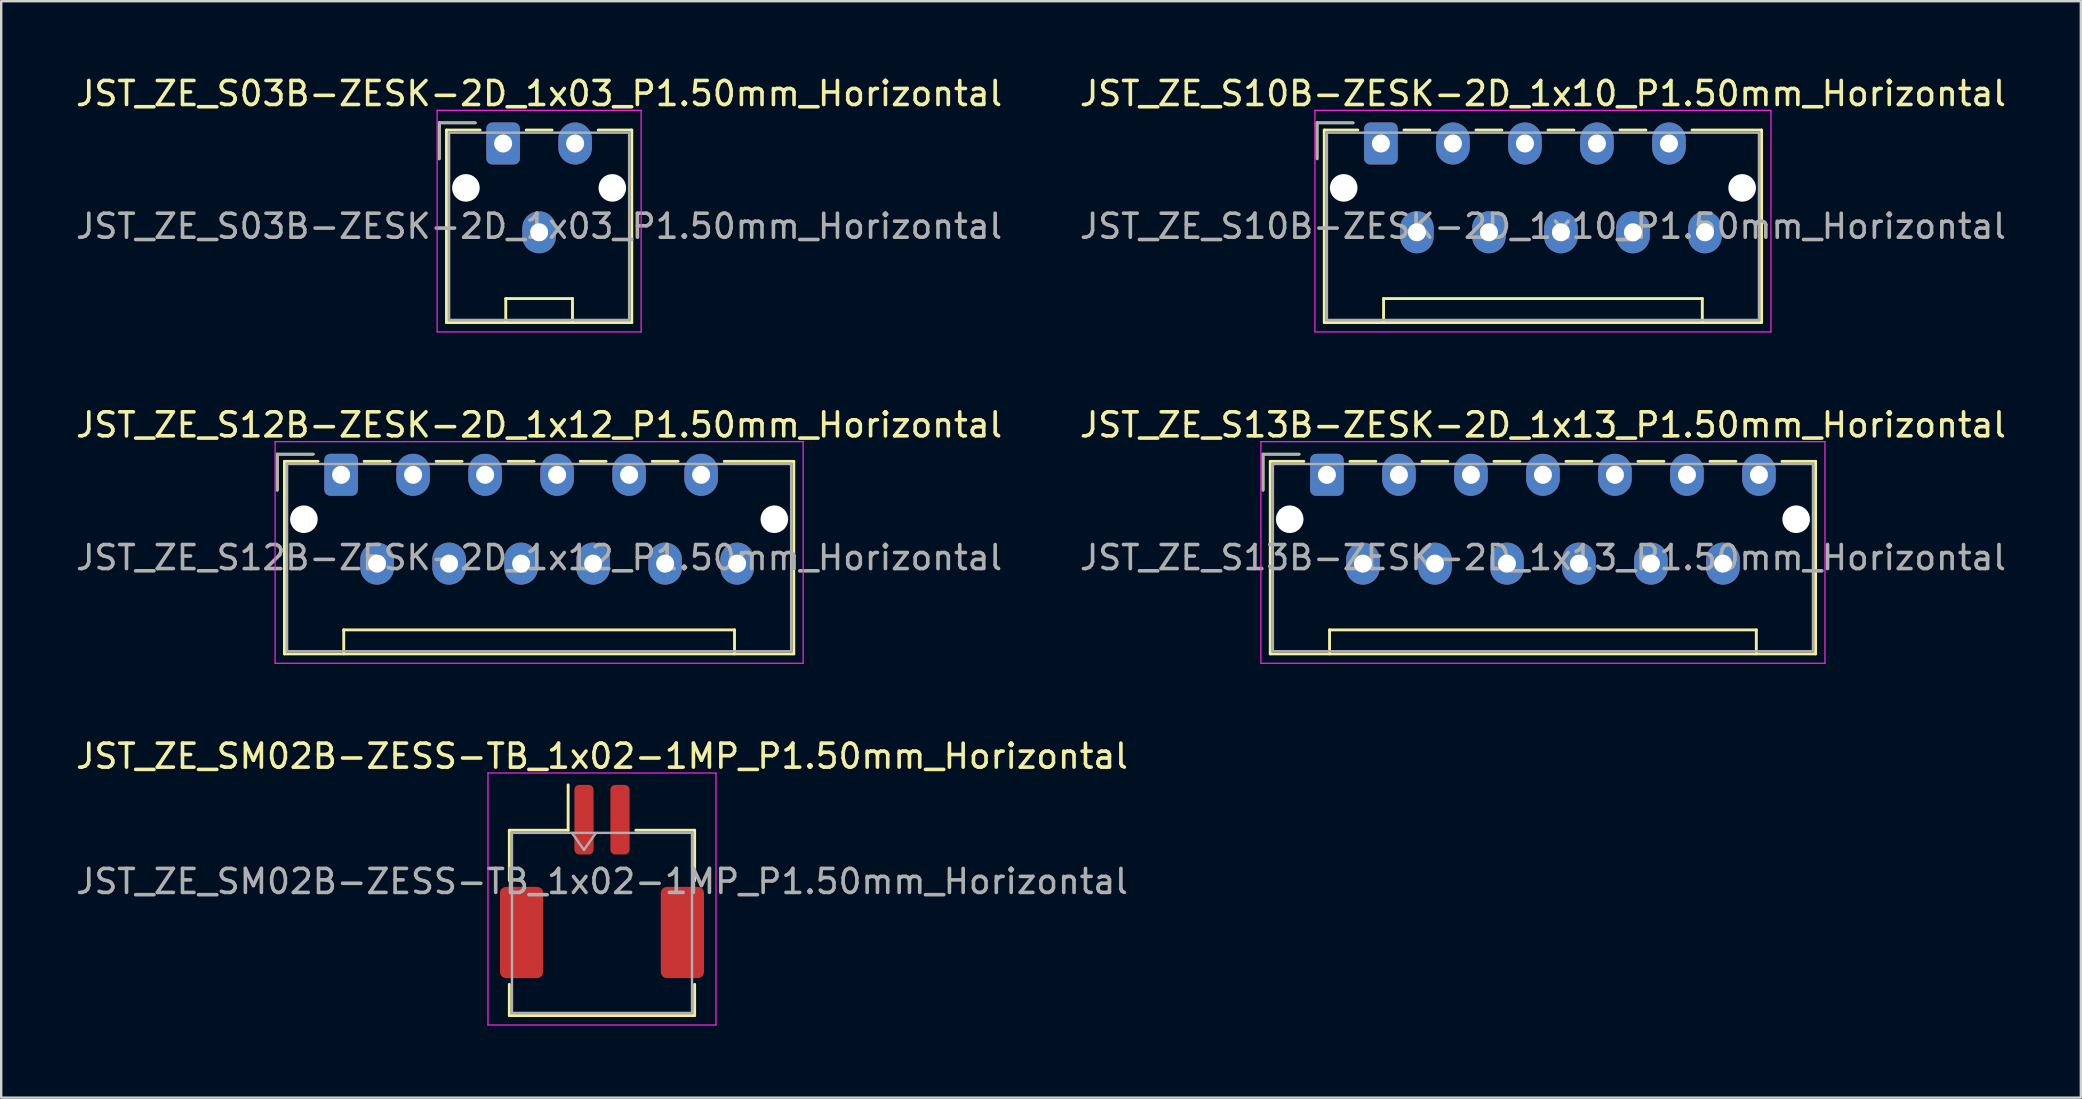
<source format=kicad_pcb>
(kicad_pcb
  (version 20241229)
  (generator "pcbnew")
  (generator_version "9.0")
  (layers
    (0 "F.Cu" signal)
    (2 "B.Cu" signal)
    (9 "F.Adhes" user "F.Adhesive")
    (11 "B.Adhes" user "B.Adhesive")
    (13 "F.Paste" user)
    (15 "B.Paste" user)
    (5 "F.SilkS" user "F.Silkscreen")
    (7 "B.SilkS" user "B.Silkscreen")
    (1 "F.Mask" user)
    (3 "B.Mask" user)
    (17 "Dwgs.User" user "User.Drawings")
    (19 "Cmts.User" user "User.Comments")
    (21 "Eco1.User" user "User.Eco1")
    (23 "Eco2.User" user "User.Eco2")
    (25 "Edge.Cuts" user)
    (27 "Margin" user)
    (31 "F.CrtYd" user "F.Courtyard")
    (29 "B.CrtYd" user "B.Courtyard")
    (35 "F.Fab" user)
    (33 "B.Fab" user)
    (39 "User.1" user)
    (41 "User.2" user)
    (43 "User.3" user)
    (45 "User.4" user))
  (footprint "JST_ZE_S10B-ZESK-2D_1x10_P1.50mm_Horizontal"
    (layer "F.Cu")
    (at 54.482 2.928)
    (property "Reference" "JST_ZE_S10B-ZESK-2D_1x10_P1.50mm_Horizontal" (at 6.75 -2.08 0) (layer "F.SilkS") (effects (font (size 1 1) (thickness 0.15))))
    (attr through_hole)
    (fp_line (start -2.66 -0.86) (end -1.16 -0.86) (stroke (width 0.12) (type solid)) (layer "F.SilkS"))
    (fp_line (start -2.66 0.64) (end -2.66 -0.86) (stroke (width 0.12) (type solid)) (layer "F.SilkS"))
    (fp_line (start -2.36 -0.56) (end -2.36 7.46) (stroke (width 0.12) (type solid)) (layer "F.SilkS"))
    (fp_line (start -2.36 7.46) (end 15.86 7.46) (stroke (width 0.12) (type solid)) (layer "F.SilkS"))
    (fp_line (start -0.96 -0.56) (end -2.36 -0.56) (stroke (width 0.12) (type solid)) (layer "F.SilkS"))
    (fp_line (start 0.11 6.46) (end 13.39 6.46) (stroke (width 0.12) (type solid)) (layer "F.SilkS"))
    (fp_line (start 0.11 7.46) (end 0.11 6.46) (stroke (width 0.12) (type solid)) (layer "F.SilkS"))
    (fp_line (start 0.96 -0.56) (end 2.04 -0.56) (stroke (width 0.12) (type solid)) (layer "F.SilkS"))
    (fp_line (start 3.96 -0.56) (end 5.04 -0.56) (stroke (width 0.12) (type solid)) (layer "F.SilkS"))
    (fp_line (start 6.96 -0.56) (end 8.04 -0.56) (stroke (width 0.12) (type solid)) (layer "F.SilkS"))
    (fp_line (start 9.96 -0.56) (end 11.04 -0.56) (stroke (width 0.12) (type solid)) (layer "F.SilkS"))
    (fp_line (start 13.39 6.46) (end 13.39 7.46) (stroke (width 0.12) (type solid)) (layer "F.SilkS"))
    (fp_line (start 15.86 -0.56) (end 12.96 -0.56) (stroke (width 0.12) (type solid)) (layer "F.SilkS"))
    (fp_line (start 15.86 7.46) (end 15.86 -0.56) (stroke (width 0.12) (type solid)) (layer "F.SilkS"))
    (fp_line (start -2.75 -1.38) (end -2.75 7.85) (stroke (width 0.05) (type solid)) (layer "F.CrtYd"))
    (fp_line (start -2.75 7.85) (end 16.25 7.85) (stroke (width 0.05) (type solid)) (layer "F.CrtYd"))
    (fp_line (start 16.25 -1.38) (end -2.75 -1.38) (stroke (width 0.05) (type solid)) (layer "F.CrtYd"))
    (fp_line (start 16.25 7.85) (end 16.25 -1.38) (stroke (width 0.05) (type solid)) (layer "F.CrtYd"))
    (fp_line (start -2.66 -0.86) (end -1.16 -0.86) (stroke (width 0.1) (type solid)) (layer "F.Fab"))
    (fp_line (start -2.66 0.64) (end -2.66 -0.86) (stroke (width 0.1) (type solid)) (layer "F.Fab"))
    (fp_line (start -2.25 -0.45) (end -2.25 7.35) (stroke (width 0.1) (type solid)) (layer "F.Fab"))
    (fp_line (start -2.25 7.35) (end 15.75 7.35) (stroke (width 0.1) (type solid)) (layer "F.Fab"))
    (fp_line (start 15.75 -0.45) (end -2.25 -0.45) (stroke (width 0.1) (type solid)) (layer "F.Fab"))
    (fp_line (start 15.75 7.35) (end 15.75 -0.45) (stroke (width 0.1) (type solid)) (layer "F.Fab"))
    (fp_text user "${REFERENCE}" (at 6.75 3.45 0) (layer "F.Fab") (effects (font (size 1 1) (thickness 0.15))))
    (pad "" np_thru_hole circle (at -1.55 1.85) (size 1.15 1.15) (drill 1.15) (layers "*.Cu" "*.Mask"))
    (pad "" np_thru_hole circle (at 15.05 1.85) (size 1.15 1.15) (drill 1.15) (layers "*.Cu" "*.Mask"))
    (pad "1" thru_hole roundrect (at 0 0) (size 1.4 1.75) (drill 0.75) (layers "*.Cu" "*.Mask") (roundrect_rratio 0.179))
    (pad "2" thru_hole oval (at 1.5 3.7) (size 1.4 1.75) (drill 0.75) (layers "*.Cu" "*.Mask"))
    (pad "3" thru_hole oval (at 3 0) (size 1.4 1.75) (drill 0.75) (layers "*.Cu" "*.Mask"))
    (pad "4" thru_hole oval (at 4.5 3.7) (size 1.4 1.75) (drill 0.75) (layers "*.Cu" "*.Mask"))
    (pad "5" thru_hole oval (at 6 0) (size 1.4 1.75) (drill 0.75) (layers "*.Cu" "*.Mask"))
    (pad "6" thru_hole oval (at 7.5 3.7) (size 1.4 1.75) (drill 0.75) (layers "*.Cu" "*.Mask"))
    (pad "7" thru_hole oval (at 9 0) (size 1.4 1.75) (drill 0.75) (layers "*.Cu" "*.Mask"))
    (pad "8" thru_hole oval (at 10.5 3.7) (size 1.4 1.75) (drill 0.75) (layers "*.Cu" "*.Mask"))
    (pad "9" thru_hole oval (at 12 0) (size 1.4 1.75) (drill 0.75) (layers "*.Cu" "*.Mask"))
    (pad "10" thru_hole oval (at 13.5 3.7) (size 1.4 1.75) (drill 0.75) (layers "*.Cu" "*.Mask")))
  (footprint "JST_ZE_SM02B-ZESS-TB_1x02-1MP_P1.50mm_Horizontal"
    (layer "F.Cu")
    (at 22.03 33.675)
    (property "Reference" "JST_ZE_SM02B-ZESS-TB_1x02-1MP_P1.50mm_Horizontal" (at 0 -5.22 0) (layer "F.SilkS") (effects (font (size 1 1) (thickness 0.15))))
    (attr smd)
    (fp_line (start -3.86 -2.135) (end -1.41 -2.135) (stroke (width 0.12) (type solid)) (layer "F.SilkS"))
    (fp_line (start -3.86 -0.035) (end -3.86 -2.135) (stroke (width 0.12) (type solid)) (layer "F.SilkS"))
    (fp_line (start -3.86 4.285) (end -3.86 5.585) (stroke (width 0.12) (type solid)) (layer "F.SilkS"))
    (fp_line (start -3.86 5.585) (end 3.86 5.585) (stroke (width 0.12) (type solid)) (layer "F.SilkS"))
    (fp_line (start -1.41 -2.135) (end -1.41 -4.025) (stroke (width 0.12) (type solid)) (layer "F.SilkS"))
    (fp_line (start 3.86 -2.135) (end 1.41 -2.135) (stroke (width 0.12) (type solid)) (layer "F.SilkS"))
    (fp_line (start 3.86 -0.035) (end 3.86 -2.135) (stroke (width 0.12) (type solid)) (layer "F.SilkS"))
    (fp_line (start 3.86 5.585) (end 3.86 4.285) (stroke (width 0.12) (type solid)) (layer "F.SilkS"))
    (fp_line (start -4.75 -4.52) (end -4.75 5.98) (stroke (width 0.05) (type solid)) (layer "F.CrtYd"))
    (fp_line (start -4.75 5.98) (end 4.75 5.98) (stroke (width 0.05) (type solid)) (layer "F.CrtYd"))
    (fp_line (start 4.75 -4.52) (end -4.75 -4.52) (stroke (width 0.05) (type solid)) (layer "F.CrtYd"))
    (fp_line (start 4.75 5.98) (end 4.75 -4.52) (stroke (width 0.05) (type solid)) (layer "F.CrtYd"))
    (fp_line (start -3.75 -2.025) (end -3.75 5.475) (stroke (width 0.1) (type solid)) (layer "F.Fab"))
    (fp_line (start -3.75 -2.025) (end 3.75 -2.025) (stroke (width 0.1) (type solid)) (layer "F.Fab"))
    (fp_line (start -3.75 5.475) (end 3.75 5.475) (stroke (width 0.1) (type solid)) (layer "F.Fab"))
    (fp_line (start -1.25 -2.025) (end -0.75 -1.318) (stroke (width 0.1) (type solid)) (layer "F.Fab"))
    (fp_line (start -0.75 -1.318) (end -0.25 -2.025) (stroke (width 0.1) (type solid)) (layer "F.Fab"))
    (fp_line (start 3.75 -2.025) (end 3.75 5.475) (stroke (width 0.1) (type solid)) (layer "F.Fab"))
    (fp_text user "${REFERENCE}" (at 0 0 0) (layer "F.Fab") (effects (font (size 1 1) (thickness 0.15))))
    (pad "1" smd roundrect (at -0.75 -2.575) (size 0.8 2.9) (layers "F.Cu" "F.Mask" "F.Paste") (roundrect_rratio 0.25))
    (pad "2" smd roundrect (at 0.75 -2.575) (size 0.8 2.9) (layers "F.Cu" "F.Mask" "F.Paste") (roundrect_rratio 0.25))
    (pad "MP" smd roundrect (at -3.35 2.125) (size 1.8 3.8) (layers "F.Cu" "F.Mask" "F.Paste") (roundrect_rratio 0.139))
    (pad "MP" smd roundrect (at 3.35 2.125) (size 1.8 3.8) (layers "F.Cu" "F.Mask" "F.Paste") (roundrect_rratio 0.139)))
  (footprint "JST_ZE_S13B-ZESK-2D_1x13_P1.50mm_Horizontal"
    (layer "F.Cu")
    (at 52.232 16.732)
    (property "Reference" "JST_ZE_S13B-ZESK-2D_1x13_P1.50mm_Horizontal" (at 9 -2.08 0) (layer "F.SilkS") (effects (font (size 1 1) (thickness 0.15))))
    (attr through_hole)
    (fp_line (start -2.66 -0.86) (end -1.16 -0.86) (stroke (width 0.12) (type solid)) (layer "F.SilkS"))
    (fp_line (start -2.66 0.64) (end -2.66 -0.86) (stroke (width 0.12) (type solid)) (layer "F.SilkS"))
    (fp_line (start -2.36 -0.56) (end -2.36 7.46) (stroke (width 0.12) (type solid)) (layer "F.SilkS"))
    (fp_line (start -2.36 7.46) (end 20.36 7.46) (stroke (width 0.12) (type solid)) (layer "F.SilkS"))
    (fp_line (start -0.96 -0.56) (end -2.36 -0.56) (stroke (width 0.12) (type solid)) (layer "F.SilkS"))
    (fp_line (start 0.11 6.46) (end 17.89 6.46) (stroke (width 0.12) (type solid)) (layer "F.SilkS"))
    (fp_line (start 0.11 7.46) (end 0.11 6.46) (stroke (width 0.12) (type solid)) (layer "F.SilkS"))
    (fp_line (start 0.96 -0.56) (end 2.04 -0.56) (stroke (width 0.12) (type solid)) (layer "F.SilkS"))
    (fp_line (start 3.96 -0.56) (end 5.04 -0.56) (stroke (width 0.12) (type solid)) (layer "F.SilkS"))
    (fp_line (start 6.96 -0.56) (end 8.04 -0.56) (stroke (width 0.12) (type solid)) (layer "F.SilkS"))
    (fp_line (start 9.96 -0.56) (end 11.04 -0.56) (stroke (width 0.12) (type solid)) (layer "F.SilkS"))
    (fp_line (start 12.96 -0.56) (end 14.04 -0.56) (stroke (width 0.12) (type solid)) (layer "F.SilkS"))
    (fp_line (start 15.96 -0.56) (end 17.04 -0.56) (stroke (width 0.12) (type solid)) (layer "F.SilkS"))
    (fp_line (start 17.89 6.46) (end 17.89 7.46) (stroke (width 0.12) (type solid)) (layer "F.SilkS"))
    (fp_line (start 20.36 -0.56) (end 18.96 -0.56) (stroke (width 0.12) (type solid)) (layer "F.SilkS"))
    (fp_line (start 20.36 7.46) (end 20.36 -0.56) (stroke (width 0.12) (type solid)) (layer "F.SilkS"))
    (fp_line (start -2.75 -1.38) (end -2.75 7.85) (stroke (width 0.05) (type solid)) (layer "F.CrtYd"))
    (fp_line (start -2.75 7.85) (end 20.75 7.85) (stroke (width 0.05) (type solid)) (layer "F.CrtYd"))
    (fp_line (start 20.75 -1.38) (end -2.75 -1.38) (stroke (width 0.05) (type solid)) (layer "F.CrtYd"))
    (fp_line (start 20.75 7.85) (end 20.75 -1.38) (stroke (width 0.05) (type solid)) (layer "F.CrtYd"))
    (fp_line (start -2.66 -0.86) (end -1.16 -0.86) (stroke (width 0.1) (type solid)) (layer "F.Fab"))
    (fp_line (start -2.66 0.64) (end -2.66 -0.86) (stroke (width 0.1) (type solid)) (layer "F.Fab"))
    (fp_line (start -2.25 -0.45) (end -2.25 7.35) (stroke (width 0.1) (type solid)) (layer "F.Fab"))
    (fp_line (start -2.25 7.35) (end 20.25 7.35) (stroke (width 0.1) (type solid)) (layer "F.Fab"))
    (fp_line (start 20.25 -0.45) (end -2.25 -0.45) (stroke (width 0.1) (type solid)) (layer "F.Fab"))
    (fp_line (start 20.25 7.35) (end 20.25 -0.45) (stroke (width 0.1) (type solid)) (layer "F.Fab"))
    (fp_text user "${REFERENCE}" (at 9 3.45 0) (layer "F.Fab") (effects (font (size 1 1) (thickness 0.15))))
    (pad "" np_thru_hole circle (at -1.55 1.85) (size 1.15 1.15) (drill 1.15) (layers "*.Cu" "*.Mask"))
    (pad "" np_thru_hole circle (at 19.55 1.85) (size 1.15 1.15) (drill 1.15) (layers "*.Cu" "*.Mask"))
    (pad "1" thru_hole roundrect (at 0 0) (size 1.4 1.75) (drill 0.75) (layers "*.Cu" "*.Mask") (roundrect_rratio 0.179))
    (pad "2" thru_hole oval (at 1.5 3.7) (size 1.4 1.75) (drill 0.75) (layers "*.Cu" "*.Mask"))
    (pad "3" thru_hole oval (at 3 0) (size 1.4 1.75) (drill 0.75) (layers "*.Cu" "*.Mask"))
    (pad "4" thru_hole oval (at 4.5 3.7) (size 1.4 1.75) (drill 0.75) (layers "*.Cu" "*.Mask"))
    (pad "5" thru_hole oval (at 6 0) (size 1.4 1.75) (drill 0.75) (layers "*.Cu" "*.Mask"))
    (pad "6" thru_hole oval (at 7.5 3.7) (size 1.4 1.75) (drill 0.75) (layers "*.Cu" "*.Mask"))
    (pad "7" thru_hole oval (at 9 0) (size 1.4 1.75) (drill 0.75) (layers "*.Cu" "*.Mask"))
    (pad "8" thru_hole oval (at 10.5 3.7) (size 1.4 1.75) (drill 0.75) (layers "*.Cu" "*.Mask"))
    (pad "9" thru_hole oval (at 12 0) (size 1.4 1.75) (drill 0.75) (layers "*.Cu" "*.Mask"))
    (pad "10" thru_hole oval (at 13.5 3.7) (size 1.4 1.75) (drill 0.75) (layers "*.Cu" "*.Mask"))
    (pad "11" thru_hole oval (at 15 0) (size 1.4 1.75) (drill 0.75) (layers "*.Cu" "*.Mask"))
    (pad "12" thru_hole oval (at 16.5 3.7) (size 1.4 1.75) (drill 0.75) (layers "*.Cu" "*.Mask"))
    (pad "13" thru_hole oval (at 18 0) (size 1.4 1.75) (drill 0.75) (layers "*.Cu" "*.Mask")))
  (footprint "JST_ZE_S12B-ZESK-2D_1x12_P1.50mm_Horizontal"
    (layer "F.Cu")
    (at 11.161 16.732)
    (property "Reference" "JST_ZE_S12B-ZESK-2D_1x12_P1.50mm_Horizontal" (at 8.25 -2.08 0) (layer "F.SilkS") (effects (font (size 1 1) (thickness 0.15))))
    (attr through_hole)
    (fp_line (start -2.66 -0.86) (end -1.16 -0.86) (stroke (width 0.12) (type solid)) (layer "F.SilkS"))
    (fp_line (start -2.66 0.64) (end -2.66 -0.86) (stroke (width 0.12) (type solid)) (layer "F.SilkS"))
    (fp_line (start -2.36 -0.56) (end -2.36 7.46) (stroke (width 0.12) (type solid)) (layer "F.SilkS"))
    (fp_line (start -2.36 7.46) (end 18.86 7.46) (stroke (width 0.12) (type solid)) (layer "F.SilkS"))
    (fp_line (start -0.96 -0.56) (end -2.36 -0.56) (stroke (width 0.12) (type solid)) (layer "F.SilkS"))
    (fp_line (start 0.11 6.46) (end 16.39 6.46) (stroke (width 0.12) (type solid)) (layer "F.SilkS"))
    (fp_line (start 0.11 7.46) (end 0.11 6.46) (stroke (width 0.12) (type solid)) (layer "F.SilkS"))
    (fp_line (start 0.96 -0.56) (end 2.04 -0.56) (stroke (width 0.12) (type solid)) (layer "F.SilkS"))
    (fp_line (start 3.96 -0.56) (end 5.04 -0.56) (stroke (width 0.12) (type solid)) (layer "F.SilkS"))
    (fp_line (start 6.96 -0.56) (end 8.04 -0.56) (stroke (width 0.12) (type solid)) (layer "F.SilkS"))
    (fp_line (start 9.96 -0.56) (end 11.04 -0.56) (stroke (width 0.12) (type solid)) (layer "F.SilkS"))
    (fp_line (start 12.96 -0.56) (end 14.04 -0.56) (stroke (width 0.12) (type solid)) (layer "F.SilkS"))
    (fp_line (start 16.39 6.46) (end 16.39 7.46) (stroke (width 0.12) (type solid)) (layer "F.SilkS"))
    (fp_line (start 18.86 -0.56) (end 15.96 -0.56) (stroke (width 0.12) (type solid)) (layer "F.SilkS"))
    (fp_line (start 18.86 7.46) (end 18.86 -0.56) (stroke (width 0.12) (type solid)) (layer "F.SilkS"))
    (fp_line (start -2.75 -1.38) (end -2.75 7.85) (stroke (width 0.05) (type solid)) (layer "F.CrtYd"))
    (fp_line (start -2.75 7.85) (end 19.25 7.85) (stroke (width 0.05) (type solid)) (layer "F.CrtYd"))
    (fp_line (start 19.25 -1.38) (end -2.75 -1.38) (stroke (width 0.05) (type solid)) (layer "F.CrtYd"))
    (fp_line (start 19.25 7.85) (end 19.25 -1.38) (stroke (width 0.05) (type solid)) (layer "F.CrtYd"))
    (fp_line (start -2.66 -0.86) (end -1.16 -0.86) (stroke (width 0.1) (type solid)) (layer "F.Fab"))
    (fp_line (start -2.66 0.64) (end -2.66 -0.86) (stroke (width 0.1) (type solid)) (layer "F.Fab"))
    (fp_line (start -2.25 -0.45) (end -2.25 7.35) (stroke (width 0.1) (type solid)) (layer "F.Fab"))
    (fp_line (start -2.25 7.35) (end 18.75 7.35) (stroke (width 0.1) (type solid)) (layer "F.Fab"))
    (fp_line (start 18.75 -0.45) (end -2.25 -0.45) (stroke (width 0.1) (type solid)) (layer "F.Fab"))
    (fp_line (start 18.75 7.35) (end 18.75 -0.45) (stroke (width 0.1) (type solid)) (layer "F.Fab"))
    (fp_text user "${REFERENCE}" (at 8.25 3.45 0) (layer "F.Fab") (effects (font (size 1 1) (thickness 0.15))))
    (pad "" np_thru_hole circle (at -1.55 1.85) (size 1.15 1.15) (drill 1.15) (layers "*.Cu" "*.Mask"))
    (pad "" np_thru_hole circle (at 18.05 1.85) (size 1.15 1.15) (drill 1.15) (layers "*.Cu" "*.Mask"))
    (pad "1" thru_hole roundrect (at 0 0) (size 1.4 1.75) (drill 0.75) (layers "*.Cu" "*.Mask") (roundrect_rratio 0.179))
    (pad "2" thru_hole oval (at 1.5 3.7) (size 1.4 1.75) (drill 0.75) (layers "*.Cu" "*.Mask"))
    (pad "3" thru_hole oval (at 3 0) (size 1.4 1.75) (drill 0.75) (layers "*.Cu" "*.Mask"))
    (pad "4" thru_hole oval (at 4.5 3.7) (size 1.4 1.75) (drill 0.75) (layers "*.Cu" "*.Mask"))
    (pad "5" thru_hole oval (at 6 0) (size 1.4 1.75) (drill 0.75) (layers "*.Cu" "*.Mask"))
    (pad "6" thru_hole oval (at 7.5 3.7) (size 1.4 1.75) (drill 0.75) (layers "*.Cu" "*.Mask"))
    (pad "7" thru_hole oval (at 9 0) (size 1.4 1.75) (drill 0.75) (layers "*.Cu" "*.Mask"))
    (pad "8" thru_hole oval (at 10.5 3.7) (size 1.4 1.75) (drill 0.75) (layers "*.Cu" "*.Mask"))
    (pad "9" thru_hole oval (at 12 0) (size 1.4 1.75) (drill 0.75) (layers "*.Cu" "*.Mask"))
    (pad "10" thru_hole oval (at 13.5 3.7) (size 1.4 1.75) (drill 0.75) (layers "*.Cu" "*.Mask"))
    (pad "11" thru_hole oval (at 15 0) (size 1.4 1.75) (drill 0.75) (layers "*.Cu" "*.Mask"))
    (pad "12" thru_hole oval (at 16.5 3.7) (size 1.4 1.75) (drill 0.75) (layers "*.Cu" "*.Mask")))
  (footprint "JST_ZE_S03B-ZESK-2D_1x03_P1.50mm_Horizontal"
    (layer "F.Cu")
    (at 17.911 2.928)
    (property "Reference" "JST_ZE_S03B-ZESK-2D_1x03_P1.50mm_Horizontal" (at 1.5 -2.08 0) (layer "F.SilkS") (effects (font (size 1 1) (thickness 0.15))))
    (attr through_hole)
    (fp_line (start -2.66 -0.86) (end -1.16 -0.86) (stroke (width 0.12) (type solid)) (layer "F.SilkS"))
    (fp_line (start -2.66 0.64) (end -2.66 -0.86) (stroke (width 0.12) (type solid)) (layer "F.SilkS"))
    (fp_line (start -2.36 -0.56) (end -2.36 7.46) (stroke (width 0.12) (type solid)) (layer "F.SilkS"))
    (fp_line (start -2.36 7.46) (end 5.36 7.46) (stroke (width 0.12) (type solid)) (layer "F.SilkS"))
    (fp_line (start -0.96 -0.56) (end -2.36 -0.56) (stroke (width 0.12) (type solid)) (layer "F.SilkS"))
    (fp_line (start 0.11 6.46) (end 2.89 6.46) (stroke (width 0.12) (type solid)) (layer "F.SilkS"))
    (fp_line (start 0.11 7.46) (end 0.11 6.46) (stroke (width 0.12) (type solid)) (layer "F.SilkS"))
    (fp_line (start 0.96 -0.56) (end 2.04 -0.56) (stroke (width 0.12) (type solid)) (layer "F.SilkS"))
    (fp_line (start 2.89 6.46) (end 2.89 7.46) (stroke (width 0.12) (type solid)) (layer "F.SilkS"))
    (fp_line (start 5.36 -0.56) (end 3.96 -0.56) (stroke (width 0.12) (type solid)) (layer "F.SilkS"))
    (fp_line (start 5.36 7.46) (end 5.36 -0.56) (stroke (width 0.12) (type solid)) (layer "F.SilkS"))
    (fp_line (start -2.75 -1.38) (end -2.75 7.85) (stroke (width 0.05) (type solid)) (layer "F.CrtYd"))
    (fp_line (start -2.75 7.85) (end 5.75 7.85) (stroke (width 0.05) (type solid)) (layer "F.CrtYd"))
    (fp_line (start 5.75 -1.38) (end -2.75 -1.38) (stroke (width 0.05) (type solid)) (layer "F.CrtYd"))
    (fp_line (start 5.75 7.85) (end 5.75 -1.38) (stroke (width 0.05) (type solid)) (layer "F.CrtYd"))
    (fp_line (start -2.66 -0.86) (end -1.16 -0.86) (stroke (width 0.1) (type solid)) (layer "F.Fab"))
    (fp_line (start -2.66 0.64) (end -2.66 -0.86) (stroke (width 0.1) (type solid)) (layer "F.Fab"))
    (fp_line (start -2.25 -0.45) (end -2.25 7.35) (stroke (width 0.1) (type solid)) (layer "F.Fab"))
    (fp_line (start -2.25 7.35) (end 5.25 7.35) (stroke (width 0.1) (type solid)) (layer "F.Fab"))
    (fp_line (start 5.25 -0.45) (end -2.25 -0.45) (stroke (width 0.1) (type solid)) (layer "F.Fab"))
    (fp_line (start 5.25 7.35) (end 5.25 -0.45) (stroke (width 0.1) (type solid)) (layer "F.Fab"))
    (fp_text user "${REFERENCE}" (at 1.5 3.45 0) (layer "F.Fab") (effects (font (size 1 1) (thickness 0.15))))
    (pad "" np_thru_hole circle (at -1.55 1.85) (size 1.15 1.15) (drill 1.15) (layers "*.Cu" "*.Mask"))
    (pad "" np_thru_hole circle (at 4.55 1.85) (size 1.15 1.15) (drill 1.15) (layers "*.Cu" "*.Mask"))
    (pad "1" thru_hole roundrect (at 0 0) (size 1.4 1.75) (drill 0.75) (layers "*.Cu" "*.Mask") (roundrect_rratio 0.179))
    (pad "2" thru_hole oval (at 1.5 3.7) (size 1.4 1.75) (drill 0.75) (layers "*.Cu" "*.Mask"))
    (pad "3" thru_hole oval (at 3 0) (size 1.4 1.75) (drill 0.75) (layers "*.Cu" "*.Mask")))
  (gr_rect
    (start -3 -3)
    (end 83.643 42.68)
    (stroke (width 0.1) (type default))
    (fill no)
    (layer "Edge.Cuts")))
</source>
